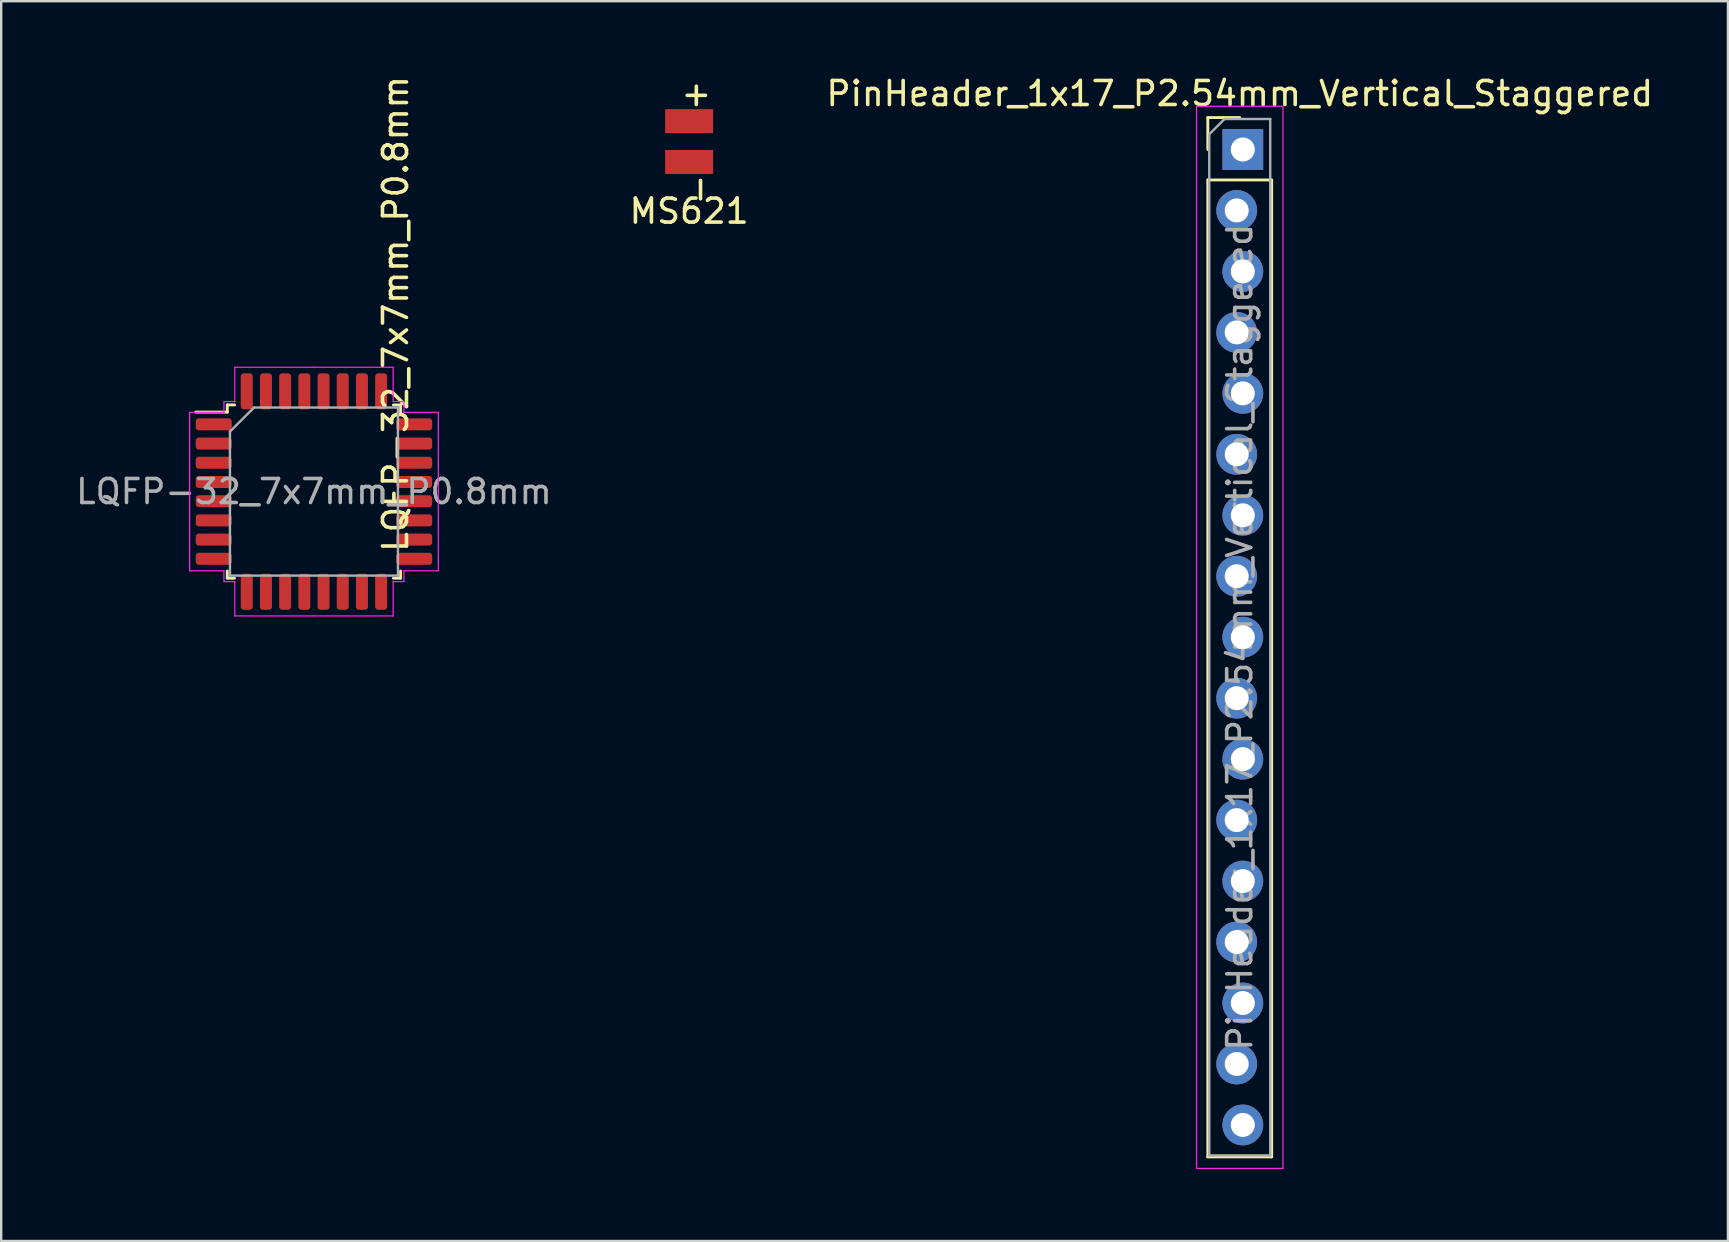
<source format=kicad_pcb>
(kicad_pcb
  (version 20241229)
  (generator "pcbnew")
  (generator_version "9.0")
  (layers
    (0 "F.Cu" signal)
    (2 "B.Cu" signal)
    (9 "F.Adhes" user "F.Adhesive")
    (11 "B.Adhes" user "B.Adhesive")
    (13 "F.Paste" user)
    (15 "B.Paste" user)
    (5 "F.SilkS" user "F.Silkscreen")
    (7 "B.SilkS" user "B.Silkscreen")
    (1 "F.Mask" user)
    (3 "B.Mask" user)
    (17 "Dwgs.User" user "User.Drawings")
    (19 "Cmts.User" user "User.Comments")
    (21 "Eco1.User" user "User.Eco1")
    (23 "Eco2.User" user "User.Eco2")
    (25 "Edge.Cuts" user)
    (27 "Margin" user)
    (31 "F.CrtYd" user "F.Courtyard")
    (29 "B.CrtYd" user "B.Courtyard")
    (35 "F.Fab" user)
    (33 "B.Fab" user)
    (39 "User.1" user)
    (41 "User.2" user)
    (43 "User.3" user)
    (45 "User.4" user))
  (footprint "PinHeader_1x17_P2.54mm_Vertical_Staggered"
    (layer "F.Cu")
    (at 48.601 3.178)
    (property "Reference" "PinHeader_1x17_P2.54mm_Vertical_Staggered" (at 0 -2.33 0) (layer "F.SilkS") (effects (font (size 1 1) (thickness 0.15))))
    (attr through_hole)
    (fp_line (start -1.33 -1.33) (end 0 -1.33) (stroke (width 0.12) (type solid)) (layer "F.SilkS"))
    (fp_line (start -1.33 0) (end -1.33 -1.33) (stroke (width 0.12) (type solid)) (layer "F.SilkS"))
    (fp_line (start -1.33 1.27) (end -1.33 41.97) (stroke (width 0.12) (type solid)) (layer "F.SilkS"))
    (fp_line (start -1.33 1.27) (end 1.33 1.27) (stroke (width 0.12) (type solid)) (layer "F.SilkS"))
    (fp_line (start -1.33 41.97) (end 1.33 41.97) (stroke (width 0.12) (type solid)) (layer "F.SilkS"))
    (fp_line (start 1.33 1.27) (end 1.33 41.97) (stroke (width 0.12) (type solid)) (layer "F.SilkS"))
    (fp_line (start -1.8 -1.8) (end -1.8 42.45) (stroke (width 0.05) (type solid)) (layer "F.CrtYd"))
    (fp_line (start -1.8 42.45) (end 1.8 42.45) (stroke (width 0.05) (type solid)) (layer "F.CrtYd"))
    (fp_line (start 1.8 -1.8) (end -1.8 -1.8) (stroke (width 0.05) (type solid)) (layer "F.CrtYd"))
    (fp_line (start 1.8 42.45) (end 1.8 -1.8) (stroke (width 0.05) (type solid)) (layer "F.CrtYd"))
    (fp_line (start -1.27 -0.635) (end -0.635 -1.27) (stroke (width 0.1) (type solid)) (layer "F.Fab"))
    (fp_line (start -1.27 41.91) (end -1.27 -0.635) (stroke (width 0.1) (type solid)) (layer "F.Fab"))
    (fp_line (start -0.635 -1.27) (end 1.27 -1.27) (stroke (width 0.1) (type solid)) (layer "F.Fab"))
    (fp_line (start 1.27 -1.27) (end 1.27 41.91) (stroke (width 0.1) (type solid)) (layer "F.Fab"))
    (fp_line (start 1.27 41.91) (end -1.27 41.91) (stroke (width 0.1) (type solid)) (layer "F.Fab"))
    (fp_text user "${REFERENCE}" (at 0 20.32 90) (layer "F.Fab") (effects (font (size 1 1) (thickness 0.15))))
    (pad "1" thru_hole rect (at 0.127 0) (size 1.7 1.7) (drill 1) (layers "*.Cu" "*.Mask"))
    (pad "2" thru_hole oval (at -0.127 2.54) (size 1.7 1.7) (drill 1) (layers "*.Cu" "*.Mask"))
    (pad "3" thru_hole oval (at 0.127 5.08) (size 1.7 1.7) (drill 1) (layers "*.Cu" "*.Mask"))
    (pad "4" thru_hole oval (at -0.127 7.62) (size 1.7 1.7) (drill 1) (layers "*.Cu" "*.Mask"))
    (pad "5" thru_hole oval (at 0.127 10.16) (size 1.7 1.7) (drill 1) (layers "*.Cu" "*.Mask"))
    (pad "6" thru_hole oval (at -0.127 12.7) (size 1.7 1.7) (drill 1) (layers "*.Cu" "*.Mask"))
    (pad "7" thru_hole oval (at 0.127 15.24) (size 1.7 1.7) (drill 1) (layers "*.Cu" "*.Mask"))
    (pad "8" thru_hole oval (at -0.127 17.78) (size 1.7 1.7) (drill 1) (layers "*.Cu" "*.Mask"))
    (pad "9" thru_hole oval (at 0.127 20.32) (size 1.7 1.7) (drill 1) (layers "*.Cu" "*.Mask"))
    (pad "10" thru_hole oval (at -0.127 22.86) (size 1.7 1.7) (drill 1) (layers "*.Cu" "*.Mask"))
    (pad "11" thru_hole oval (at 0.127 25.4) (size 1.7 1.7) (drill 1) (layers "*.Cu" "*.Mask"))
    (pad "12" thru_hole oval (at -0.127 27.94) (size 1.7 1.7) (drill 1) (layers "*.Cu" "*.Mask"))
    (pad "13" thru_hole oval (at 0.127 30.48) (size 1.7 1.7) (drill 1) (layers "*.Cu" "*.Mask"))
    (pad "14" thru_hole oval (at -0.127 33.02) (size 1.7 1.7) (drill 1) (layers "*.Cu" "*.Mask"))
    (pad "15" thru_hole oval (at 0.127 35.56) (size 1.7 1.7) (drill 1) (layers "*.Cu" "*.Mask"))
    (pad "16" thru_hole oval (at -0.127 38.1) (size 1.7 1.7) (drill 1) (layers "*.Cu" "*.Mask"))
    (pad "17" thru_hole oval (at 0.127 40.64) (size 1.7 1.7) (drill 1) (layers "*.Cu" "*.Mask")))
  (footprint "LQFP-32_7x7mm_P0.8mm"
    (layer "F.Cu")
    (at 10.03 17.43)
    (property "Reference" "LQFP-32_7x7mm_P0.8mm" (at 3.4 -7.4 90) (layer "F.SilkS") (effects (font (size 1 1) (thickness 0.15))))
    (attr smd)
    (fp_line (start -3.61 -3.61) (end -3.61 -3.31) (stroke (width 0.12) (type solid)) (layer "F.SilkS"))
    (fp_line (start -3.61 -3.31) (end -4.925 -3.31) (stroke (width 0.12) (type solid)) (layer "F.SilkS"))
    (fp_line (start -3.61 3.61) (end -3.61 3.31) (stroke (width 0.12) (type solid)) (layer "F.SilkS"))
    (fp_line (start -3.31 -3.61) (end -3.61 -3.61) (stroke (width 0.12) (type solid)) (layer "F.SilkS"))
    (fp_line (start -3.31 3.61) (end -3.61 3.61) (stroke (width 0.12) (type solid)) (layer "F.SilkS"))
    (fp_line (start 3.31 -3.61) (end 3.61 -3.61) (stroke (width 0.12) (type solid)) (layer "F.SilkS"))
    (fp_line (start 3.31 3.61) (end 3.61 3.61) (stroke (width 0.12) (type solid)) (layer "F.SilkS"))
    (fp_line (start 3.61 -3.61) (end 3.61 -3.31) (stroke (width 0.12) (type solid)) (layer "F.SilkS"))
    (fp_line (start 3.61 3.61) (end 3.61 3.31) (stroke (width 0.12) (type solid)) (layer "F.SilkS"))
    (fp_line (start -5.18 -3.3) (end -5.18 0) (stroke (width 0.05) (type solid)) (layer "F.CrtYd"))
    (fp_line (start -5.18 3.3) (end -5.18 0) (stroke (width 0.05) (type solid)) (layer "F.CrtYd"))
    (fp_line (start -3.75 -3.75) (end -3.75 -3.3) (stroke (width 0.05) (type solid)) (layer "F.CrtYd"))
    (fp_line (start -3.75 -3.3) (end -5.18 -3.3) (stroke (width 0.05) (type solid)) (layer "F.CrtYd"))
    (fp_line (start -3.75 3.3) (end -5.18 3.3) (stroke (width 0.05) (type solid)) (layer "F.CrtYd"))
    (fp_line (start -3.75 3.75) (end -3.75 3.3) (stroke (width 0.05) (type solid)) (layer "F.CrtYd"))
    (fp_line (start -3.3 -5.18) (end -3.3 -3.75) (stroke (width 0.05) (type solid)) (layer "F.CrtYd"))
    (fp_line (start -3.3 -3.75) (end -3.75 -3.75) (stroke (width 0.05) (type solid)) (layer "F.CrtYd"))
    (fp_line (start -3.3 3.75) (end -3.75 3.75) (stroke (width 0.05) (type solid)) (layer "F.CrtYd"))
    (fp_line (start -3.3 5.18) (end -3.3 3.75) (stroke (width 0.05) (type solid)) (layer "F.CrtYd"))
    (fp_line (start 0 -5.18) (end -3.3 -5.18) (stroke (width 0.05) (type solid)) (layer "F.CrtYd"))
    (fp_line (start 0 -5.18) (end 3.3 -5.18) (stroke (width 0.05) (type solid)) (layer "F.CrtYd"))
    (fp_line (start 0 5.18) (end -3.3 5.18) (stroke (width 0.05) (type solid)) (layer "F.CrtYd"))
    (fp_line (start 0 5.18) (end 3.3 5.18) (stroke (width 0.05) (type solid)) (layer "F.CrtYd"))
    (fp_line (start 3.3 -5.18) (end 3.3 -3.75) (stroke (width 0.05) (type solid)) (layer "F.CrtYd"))
    (fp_line (start 3.3 -3.75) (end 3.75 -3.75) (stroke (width 0.05) (type solid)) (layer "F.CrtYd"))
    (fp_line (start 3.3 3.75) (end 3.75 3.75) (stroke (width 0.05) (type solid)) (layer "F.CrtYd"))
    (fp_line (start 3.3 5.18) (end 3.3 3.75) (stroke (width 0.05) (type solid)) (layer "F.CrtYd"))
    (fp_line (start 3.75 -3.75) (end 3.75 -3.3) (stroke (width 0.05) (type solid)) (layer "F.CrtYd"))
    (fp_line (start 3.75 -3.3) (end 5.18 -3.3) (stroke (width 0.05) (type solid)) (layer "F.CrtYd"))
    (fp_line (start 3.75 3.3) (end 5.18 3.3) (stroke (width 0.05) (type solid)) (layer "F.CrtYd"))
    (fp_line (start 3.75 3.75) (end 3.75 3.3) (stroke (width 0.05) (type solid)) (layer "F.CrtYd"))
    (fp_line (start 5.18 -3.3) (end 5.18 0) (stroke (width 0.05) (type solid)) (layer "F.CrtYd"))
    (fp_line (start 5.18 3.3) (end 5.18 0) (stroke (width 0.05) (type solid)) (layer "F.CrtYd"))
    (fp_line (start -3.5 -2.5) (end -2.5 -3.5) (stroke (width 0.1) (type solid)) (layer "F.Fab"))
    (fp_line (start -3.5 3.5) (end -3.5 -2.5) (stroke (width 0.1) (type solid)) (layer "F.Fab"))
    (fp_line (start -2.5 -3.5) (end 3.5 -3.5) (stroke (width 0.1) (type solid)) (layer "F.Fab"))
    (fp_line (start 3.5 -3.5) (end 3.5 3.5) (stroke (width 0.1) (type solid)) (layer "F.Fab"))
    (fp_line (start 3.5 3.5) (end -3.5 3.5) (stroke (width 0.1) (type solid)) (layer "F.Fab"))
    (fp_text user "${REFERENCE}" (at 0 0 0) (layer "F.Fab") (effects (font (size 1 1) (thickness 0.15))))
    (pad "1" smd roundrect (at -4.175 -2.8) (size 1.5 0.5) (layers "F.Cu" "F.Mask" "F.Paste") (roundrect_rratio 0.25))
    (pad "2" smd roundrect (at -4.175 -2) (size 1.5 0.5) (layers "F.Cu" "F.Mask" "F.Paste") (roundrect_rratio 0.25))
    (pad "3" smd roundrect (at -4.175 -1.2) (size 1.5 0.5) (layers "F.Cu" "F.Mask" "F.Paste") (roundrect_rratio 0.25))
    (pad "4" smd roundrect (at -4.175 -0.4) (size 1.5 0.5) (layers "F.Cu" "F.Mask" "F.Paste") (roundrect_rratio 0.25))
    (pad "5" smd roundrect (at -4.175 0.4) (size 1.5 0.5) (layers "F.Cu" "F.Mask" "F.Paste") (roundrect_rratio 0.25))
    (pad "6" smd roundrect (at -4.175 1.2) (size 1.5 0.5) (layers "F.Cu" "F.Mask" "F.Paste") (roundrect_rratio 0.25))
    (pad "7" smd roundrect (at -4.175 2) (size 1.5 0.5) (layers "F.Cu" "F.Mask" "F.Paste") (roundrect_rratio 0.25))
    (pad "8" smd roundrect (at -4.175 2.8) (size 1.5 0.5) (layers "F.Cu" "F.Mask" "F.Paste") (roundrect_rratio 0.25))
    (pad "9" smd roundrect (at -2.8 4.175) (size 0.5 1.5) (layers "F.Cu" "F.Mask" "F.Paste") (roundrect_rratio 0.25))
    (pad "10" smd roundrect (at -2 4.175) (size 0.5 1.5) (layers "F.Cu" "F.Mask" "F.Paste") (roundrect_rratio 0.25))
    (pad "11" smd roundrect (at -1.2 4.175) (size 0.5 1.5) (layers "F.Cu" "F.Mask" "F.Paste") (roundrect_rratio 0.25))
    (pad "12" smd roundrect (at -0.4 4.175) (size 0.5 1.5) (layers "F.Cu" "F.Mask" "F.Paste") (roundrect_rratio 0.25))
    (pad "13" smd roundrect (at 0.4 4.175) (size 0.5 1.5) (layers "F.Cu" "F.Mask" "F.Paste") (roundrect_rratio 0.25))
    (pad "14" smd roundrect (at 1.2 4.175) (size 0.5 1.5) (layers "F.Cu" "F.Mask" "F.Paste") (roundrect_rratio 0.25))
    (pad "15" smd roundrect (at 2 4.175) (size 0.5 1.5) (layers "F.Cu" "F.Mask" "F.Paste") (roundrect_rratio 0.25))
    (pad "16" smd roundrect (at 2.8 4.175) (size 0.5 1.5) (layers "F.Cu" "F.Mask" "F.Paste") (roundrect_rratio 0.25))
    (pad "17" smd roundrect (at 4.175 2.8) (size 1.5 0.5) (layers "F.Cu" "F.Mask" "F.Paste") (roundrect_rratio 0.25))
    (pad "18" smd roundrect (at 4.175 2) (size 1.5 0.5) (layers "F.Cu" "F.Mask" "F.Paste") (roundrect_rratio 0.25))
    (pad "19" smd roundrect (at 4.175 1.2) (size 1.5 0.5) (layers "F.Cu" "F.Mask" "F.Paste") (roundrect_rratio 0.25))
    (pad "20" smd roundrect (at 4.175 0.4) (size 1.5 0.5) (layers "F.Cu" "F.Mask" "F.Paste") (roundrect_rratio 0.25))
    (pad "21" smd roundrect (at 4.175 -0.4) (size 1.5 0.5) (layers "F.Cu" "F.Mask" "F.Paste") (roundrect_rratio 0.25))
    (pad "22" smd roundrect (at 4.175 -1.2) (size 1.5 0.5) (layers "F.Cu" "F.Mask" "F.Paste") (roundrect_rratio 0.25))
    (pad "23" smd roundrect (at 4.175 -2) (size 1.5 0.5) (layers "F.Cu" "F.Mask" "F.Paste") (roundrect_rratio 0.25))
    (pad "24" smd roundrect (at 4.175 -2.8) (size 1.5 0.5) (layers "F.Cu" "F.Mask" "F.Paste") (roundrect_rratio 0.25))
    (pad "25" smd roundrect (at 2.8 -4.175) (size 0.5 1.5) (layers "F.Cu" "F.Mask" "F.Paste") (roundrect_rratio 0.25))
    (pad "26" smd roundrect (at 2 -4.175) (size 0.5 1.5) (layers "F.Cu" "F.Mask" "F.Paste") (roundrect_rratio 0.25))
    (pad "27" smd roundrect (at 1.2 -4.175) (size 0.5 1.5) (layers "F.Cu" "F.Mask" "F.Paste") (roundrect_rratio 0.25))
    (pad "28" smd roundrect (at 0.4 -4.175) (size 0.5 1.5) (layers "F.Cu" "F.Mask" "F.Paste") (roundrect_rratio 0.25))
    (pad "29" smd roundrect (at -0.4 -4.175) (size 0.5 1.5) (layers "F.Cu" "F.Mask" "F.Paste") (roundrect_rratio 0.25))
    (pad "30" smd roundrect (at -1.2 -4.175) (size 0.5 1.5) (layers "F.Cu" "F.Mask" "F.Paste") (roundrect_rratio 0.25))
    (pad "31" smd roundrect (at -2 -4.175) (size 0.5 1.5) (layers "F.Cu" "F.Mask" "F.Paste") (roundrect_rratio 0.25))
    (pad "32" smd roundrect (at -2.8 -4.175) (size 0.5 1.5) (layers "F.Cu" "F.Mask" "F.Paste") (roundrect_rratio 0.25)))
  (footprint "MS621"
    (layer "F.Cu")
    (at 25.661 2.848)
    (property "Reference" "MS621" (at 0 2.9 0) (layer "F.SilkS") (effects (font (size 1 1) (thickness 0.15))))
    (attr smd)
    (fp_text user "+" (at 0.3 -2 0) (layer "F.SilkS") (effects (font (size 1 1) (thickness 0.15))))
    (fp_text user "-" (at 0.4 2 90) (layer "F.SilkS") (effects (font (size 1 1) (thickness 0.15))))
    (pad "1" smd rect (at 0 -0.85) (size 2 1) (layers "F.Cu" "F.Mask"))
    (pad "2" smd rect (at 0 0.85) (size 2 1) (layers "F.Cu" "F.Mask")))
  (gr_rect
    (start -3 -3)
    (end 68.94 48.653)
    (stroke (width 0.1) (type default))
    (fill no)
    (layer "Edge.Cuts")))
</source>
